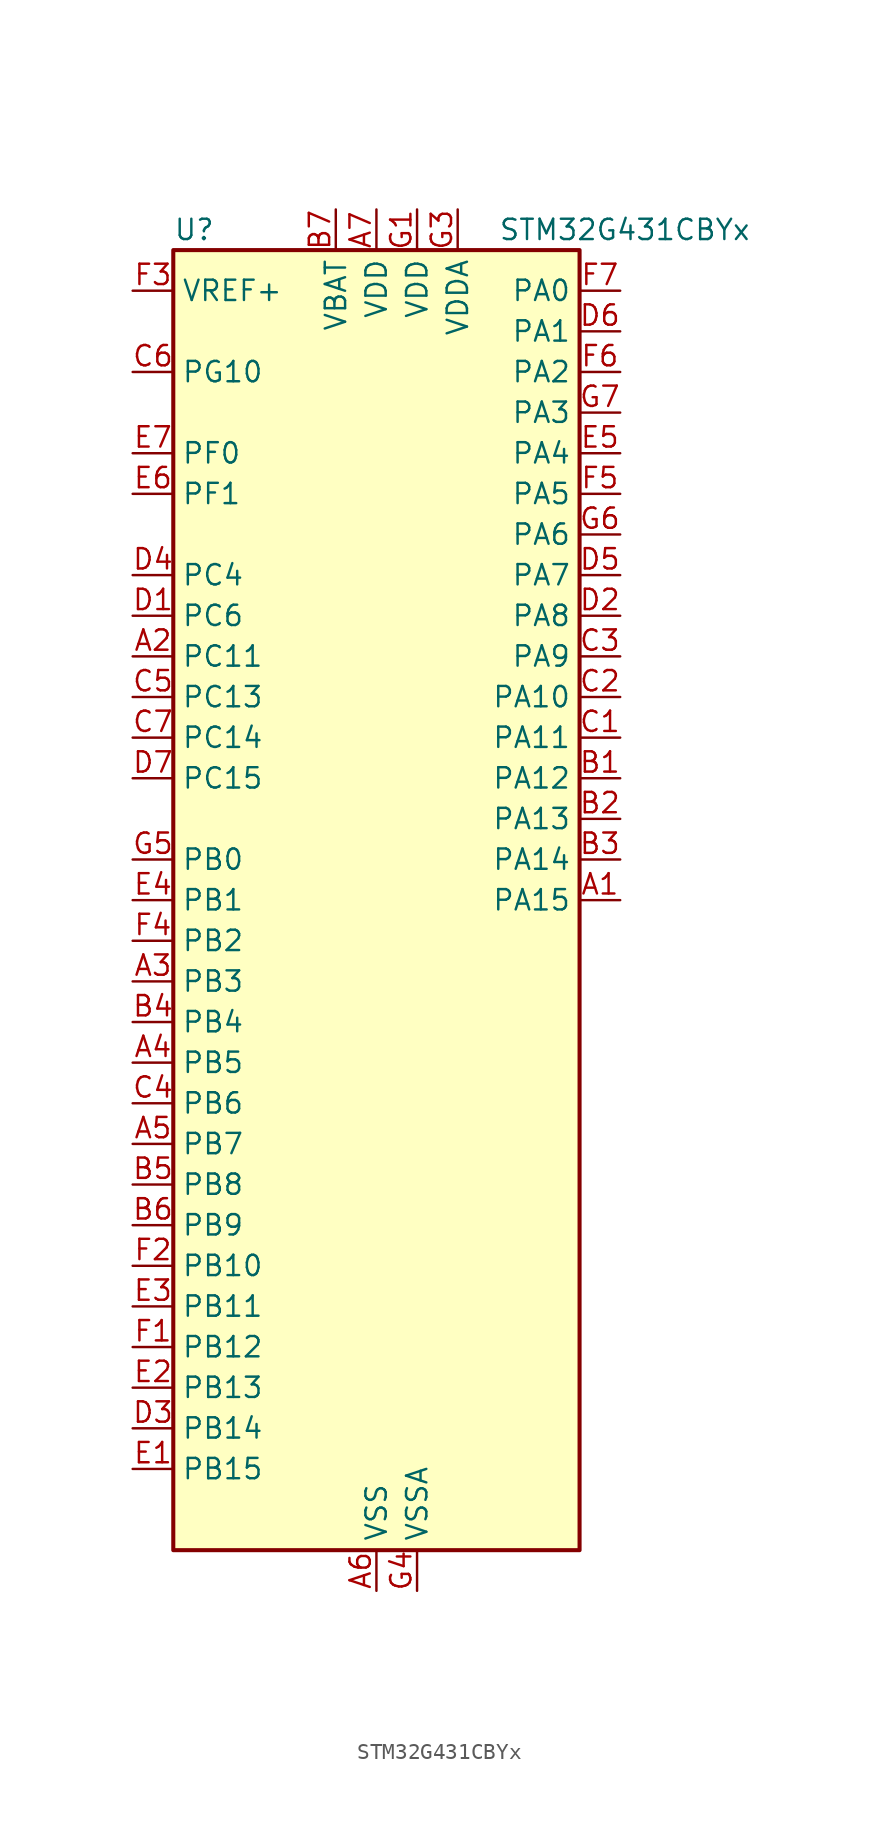
<source format=kicad_sym>
(kicad_symbol_lib
  (version 20231120)
  (generator "kicad_symbol_editor")
  (generator_version "8.0")
  (symbol "STM32G431CBYx"
    (property "Reference" "U"
      (at -12.7 41.91 0)
      (effects (font (size 1.27 1.27)) (justify left)))
    (property "Value" "STM32G431CBYx"
      (at 7.62 41.91 0)
      (effects (font (size 1.27 1.27)) (justify left)))
    (property "ki_locked" ""
      (at 0 0 0)
      (effects (font (size 1.27 1.27))))
    (symbol "STM32G431CBYx_0_1"
      (rectangle (start -12.7 -40.64) (end 12.7 40.64) (stroke (width 0.254) (type default)) (fill (type background))))
    (symbol "STM32G431CBYx_1_1"
      (pin bidirectional line (at 15.24 0 180) (length 2.54) (name "PA15" (effects (font (size 1.27 1.27)))) (number "A1" (effects (font (size 1.27 1.27)))) (alternate "ADC1_EXTI15" bidirectional line) (alternate "ADC2_EXTI15" bidirectional line) (alternate "I2C1_SCL" bidirectional line) (alternate "I2S3_WS" bidirectional line) (alternate "SPI1_NSS" bidirectional line) (alternate "SPI3_NSS" bidirectional line) (alternate "SYS_JTDI" bidirectional line) (alternate "TIM1_BKIN" bidirectional line) (alternate "TIM2_CH1" bidirectional line) (alternate "TIM2_ETR" bidirectional line) (alternate "TIM8_CH1" bidirectional line) (alternate "USART2_RX" bidirectional line))
      (pin bidirectional line (at -15.24 15.24 0) (length 2.54) (name "PC11" (effects (font (size 1.27 1.27)))) (number "A2" (effects (font (size 1.27 1.27)))) (alternate "ADC1_EXTI11" bidirectional line) (alternate "ADC2_EXTI11" bidirectional line) (alternate "I2C3_SDA" bidirectional line) (alternate "SPI3_MISO" bidirectional line) (alternate "TIM8_CH2N" bidirectional line) (alternate "USART3_RX" bidirectional line))
      (pin bidirectional line (at -15.24 -5.08 0) (length 2.54) (name "PB3" (effects (font (size 1.27 1.27)))) (number "A3" (effects (font (size 1.27 1.27)))) (alternate "CRS_SYNC" bidirectional line) (alternate "I2S3_CK" bidirectional line) (alternate "SAI1_SCK_B" bidirectional line) (alternate "SPI1_SCK" bidirectional line) (alternate "SPI3_SCK" bidirectional line) (alternate "SYS_JTDO-SWO" bidirectional line) (alternate "TIM2_CH2" bidirectional line) (alternate "TIM3_ETR" bidirectional line) (alternate "TIM4_ETR" bidirectional line) (alternate "TIM8_CH1N" bidirectional line) (alternate "USART2_TX" bidirectional line))
      (pin bidirectional line (at -15.24 -10.16 0) (length 2.54) (name "PB5" (effects (font (size 1.27 1.27)))) (number "A4" (effects (font (size 1.27 1.27)))) (alternate "I2C1_SMBA" bidirectional line) (alternate "I2C3_SDA" bidirectional line) (alternate "I2S3_SD" bidirectional line) (alternate "LPTIM1_IN1" bidirectional line) (alternate "SAI1_SD_B" bidirectional line) (alternate "SPI1_MOSI" bidirectional line) (alternate "SPI3_MOSI" bidirectional line) (alternate "TIM16_BKIN" bidirectional line) (alternate "TIM17_CH1" bidirectional line) (alternate "TIM3_CH2" bidirectional line) (alternate "TIM8_CH3N" bidirectional line) (alternate "USART2_CK" bidirectional line))
      (pin bidirectional line (at -15.24 -15.24 0) (length 2.54) (name "PB7" (effects (font (size 1.27 1.27)))) (number "A5" (effects (font (size 1.27 1.27)))) (alternate "COMP3_OUT" bidirectional line) (alternate "I2C1_SDA" bidirectional line) (alternate "LPTIM1_IN2" bidirectional line) (alternate "SYS_PVD_IN" bidirectional line) (alternate "TIM17_CH1N" bidirectional line) (alternate "TIM3_CH4" bidirectional line) (alternate "TIM4_CH2" bidirectional line) (alternate "TIM8_BKIN" bidirectional line) (alternate "USART1_RX" bidirectional line))
      (pin power_in line (at 0 -43.18 90) (length 2.54) (name "VSS" (effects (font (size 1.27 1.27)))) (number "A6" (effects (font (size 1.27 1.27)))))
      (pin power_in line (at 0 43.18 270) (length 2.54) (name "VDD" (effects (font (size 1.27 1.27)))) (number "A7" (effects (font (size 1.27 1.27)))))
      (pin bidirectional line (at 15.24 7.62 180) (length 2.54) (name "PA12" (effects (font (size 1.27 1.27)))) (number "B1" (effects (font (size 1.27 1.27)))) (alternate "COMP2_OUT" bidirectional line) (alternate "FDCAN1_TX" bidirectional line) (alternate "I2S_CKIN" bidirectional line) (alternate "TIM16_CH1" bidirectional line) (alternate "TIM1_CH2N" bidirectional line) (alternate "TIM1_ETR" bidirectional line) (alternate "TIM4_CH2" bidirectional line) (alternate "USART1_DE" bidirectional line) (alternate "USART1_RTS" bidirectional line) (alternate "USB_DP" bidirectional line))
      (pin bidirectional line (at 15.24 5.08 180) (length 2.54) (name "PA13" (effects (font (size 1.27 1.27)))) (number "B2" (effects (font (size 1.27 1.27)))) (alternate "I2C1_SCL" bidirectional line) (alternate "IR_OUT" bidirectional line) (alternate "SAI1_SD_B" bidirectional line) (alternate "SYS_JTMS-SWDIO" bidirectional line) (alternate "TIM16_CH1N" bidirectional line) (alternate "TIM4_CH3" bidirectional line) (alternate "USART3_CTS" bidirectional line) (alternate "USART3_NSS" bidirectional line))
      (pin bidirectional line (at 15.24 2.54 180) (length 2.54) (name "PA14" (effects (font (size 1.27 1.27)))) (number "B3" (effects (font (size 1.27 1.27)))) (alternate "I2C1_SDA" bidirectional line) (alternate "LPTIM1_OUT" bidirectional line) (alternate "SAI1_FS_B" bidirectional line) (alternate "SYS_JTCK-SWCLK" bidirectional line) (alternate "TIM1_BKIN" bidirectional line) (alternate "TIM8_CH2" bidirectional line) (alternate "USART2_TX" bidirectional line))
      (pin bidirectional line (at -15.24 -7.62 0) (length 2.54) (name "PB4" (effects (font (size 1.27 1.27)))) (number "B4" (effects (font (size 1.27 1.27)))) (alternate "SAI1_MCLK_B" bidirectional line) (alternate "SPI1_MISO" bidirectional line) (alternate "SPI3_MISO" bidirectional line) (alternate "SYS_JTRST" bidirectional line) (alternate "TIM16_CH1" bidirectional line) (alternate "TIM17_BKIN" bidirectional line) (alternate "TIM3_CH1" bidirectional line) (alternate "TIM8_CH2N" bidirectional line) (alternate "UCPD1_CC2" bidirectional line) (alternate "USART2_RX" bidirectional line))
      (pin bidirectional line (at -15.24 -17.78 0) (length 2.54) (name "PB8" (effects (font (size 1.27 1.27)))) (number "B5" (effects (font (size 1.27 1.27)))) (alternate "COMP1_OUT" bidirectional line) (alternate "FDCAN1_RX" bidirectional line) (alternate "I2C1_SCL" bidirectional line) (alternate "SAI1_CK1" bidirectional line) (alternate "SAI1_MCLK_A" bidirectional line) (alternate "TIM16_CH1" bidirectional line) (alternate "TIM1_BKIN" bidirectional line) (alternate "TIM4_CH3" bidirectional line) (alternate "TIM8_CH2" bidirectional line) (alternate "USART3_RX" bidirectional line))
      (pin bidirectional line (at -15.24 -20.32 0) (length 2.54) (name "PB9" (effects (font (size 1.27 1.27)))) (number "B6" (effects (font (size 1.27 1.27)))) (alternate "COMP2_OUT" bidirectional line) (alternate "DAC1_EXTI9" bidirectional line) (alternate "DAC3_EXTI9" bidirectional line) (alternate "FDCAN1_TX" bidirectional line) (alternate "I2C1_SDA" bidirectional line) (alternate "IR_OUT" bidirectional line) (alternate "SAI1_D2" bidirectional line) (alternate "SAI1_FS_A" bidirectional line) (alternate "TIM17_CH1" bidirectional line) (alternate "TIM1_CH3N" bidirectional line) (alternate "TIM4_CH4" bidirectional line) (alternate "TIM8_CH3" bidirectional line) (alternate "USART3_TX" bidirectional line))
      (pin power_in line (at -2.54 43.18 270) (length 2.54) (name "VBAT" (effects (font (size 1.27 1.27)))) (number "B7" (effects (font (size 1.27 1.27)))))
      (pin bidirectional line (at 15.24 10.16 180) (length 2.54) (name "PA11" (effects (font (size 1.27 1.27)))) (number "C1" (effects (font (size 1.27 1.27)))) (alternate "ADC1_EXTI11" bidirectional line) (alternate "ADC2_EXTI11" bidirectional line) (alternate "COMP1_OUT" bidirectional line) (alternate "FDCAN1_RX" bidirectional line) (alternate "I2S2_SD" bidirectional line) (alternate "SPI2_MOSI" bidirectional line) (alternate "TIM1_BKIN2" bidirectional line) (alternate "TIM1_CH1N" bidirectional line) (alternate "TIM1_CH4" bidirectional line) (alternate "TIM4_CH1" bidirectional line) (alternate "USART1_CTS" bidirectional line) (alternate "USART1_NSS" bidirectional line) (alternate "USB_DM" bidirectional line))
      (pin bidirectional line (at 15.24 12.7 180) (length 2.54) (name "PA10" (effects (font (size 1.27 1.27)))) (number "C2" (effects (font (size 1.27 1.27)))) (alternate "CRS_SYNC" bidirectional line) (alternate "DAC1_EXTI10" bidirectional line) (alternate "DAC3_EXTI10" bidirectional line) (alternate "I2C2_SMBA" bidirectional line) (alternate "SAI1_D1" bidirectional line) (alternate "SAI1_SD_A" bidirectional line) (alternate "SPI2_MISO" bidirectional line) (alternate "TIM17_BKIN" bidirectional line) (alternate "TIM1_CH3" bidirectional line) (alternate "TIM2_CH4" bidirectional line) (alternate "TIM8_BKIN" bidirectional line) (alternate "UCPD1_DBCC2" bidirectional line) (alternate "USART1_RX" bidirectional line))
      (pin bidirectional line (at 15.24 15.24 180) (length 2.54) (name "PA9" (effects (font (size 1.27 1.27)))) (number "C3" (effects (font (size 1.27 1.27)))) (alternate "DAC1_EXTI9" bidirectional line) (alternate "DAC3_EXTI9" bidirectional line) (alternate "I2C2_SCL" bidirectional line) (alternate "I2C3_SMBA" bidirectional line) (alternate "I2S3_MCK" bidirectional line) (alternate "SAI1_FS_A" bidirectional line) (alternate "TIM15_BKIN" bidirectional line) (alternate "TIM1_CH2" bidirectional line) (alternate "TIM2_CH3" bidirectional line) (alternate "UCPD1_DBCC1" bidirectional line) (alternate "USART1_TX" bidirectional line))
      (pin bidirectional line (at -15.24 -12.7 0) (length 2.54) (name "PB6" (effects (font (size 1.27 1.27)))) (number "C4" (effects (font (size 1.27 1.27)))) (alternate "COMP4_OUT" bidirectional line) (alternate "LPTIM1_ETR" bidirectional line) (alternate "SAI1_FS_B" bidirectional line) (alternate "TIM16_CH1N" bidirectional line) (alternate "TIM4_CH1" bidirectional line) (alternate "TIM8_BKIN2" bidirectional line) (alternate "TIM8_CH1" bidirectional line) (alternate "TIM8_ETR" bidirectional line) (alternate "UCPD1_CC1" bidirectional line) (alternate "USART1_TX" bidirectional line))
      (pin bidirectional line (at -15.24 12.7 0) (length 2.54) (name "PC13" (effects (font (size 1.27 1.27)))) (number "C5" (effects (font (size 1.27 1.27)))) (alternate "RTC_OUT1" bidirectional line) (alternate "RTC_TAMP1" bidirectional line) (alternate "RTC_TS" bidirectional line) (alternate "SYS_WKUP2" bidirectional line) (alternate "TIM1_BKIN" bidirectional line) (alternate "TIM1_CH1N" bidirectional line) (alternate "TIM8_CH4N" bidirectional line))
      (pin bidirectional line (at -15.24 33.02 0) (length 2.54) (name "PG10" (effects (font (size 1.27 1.27)))) (number "C6" (effects (font (size 1.27 1.27)))) (alternate "DAC1_EXTI10" bidirectional line) (alternate "DAC3_EXTI10" bidirectional line) (alternate "RCC_MCO" bidirectional line))
      (pin bidirectional line (at -15.24 10.16 0) (length 2.54) (name "PC14" (effects (font (size 1.27 1.27)))) (number "C7" (effects (font (size 1.27 1.27)))) (alternate "RCC_OSC32_IN" bidirectional line))
      (pin bidirectional line (at -15.24 17.78 0) (length 2.54) (name "PC6" (effects (font (size 1.27 1.27)))) (number "D1" (effects (font (size 1.27 1.27)))) (alternate "I2S2_MCK" bidirectional line) (alternate "TIM3_CH1" bidirectional line) (alternate "TIM8_CH1" bidirectional line))
      (pin bidirectional line (at 15.24 17.78 180) (length 2.54) (name "PA8" (effects (font (size 1.27 1.27)))) (number "D2" (effects (font (size 1.27 1.27)))) (alternate "I2C2_SDA" bidirectional line) (alternate "I2C3_SCL" bidirectional line) (alternate "I2S2_MCK" bidirectional line) (alternate "RCC_MCO" bidirectional line) (alternate "SAI1_CK2" bidirectional line) (alternate "SAI1_SCK_A" bidirectional line) (alternate "TIM1_CH1" bidirectional line) (alternate "TIM4_ETR" bidirectional line) (alternate "USART1_CK" bidirectional line))
      (pin bidirectional line (at -15.24 -33.02 0) (length 2.54) (name "PB14" (effects (font (size 1.27 1.27)))) (number "D3" (effects (font (size 1.27 1.27)))) (alternate "ADC1_IN5" bidirectional line) (alternate "COMP4_OUT" bidirectional line) (alternate "OPAMP2_VINP" bidirectional line) (alternate "OPAMP2_VINP_SEC" bidirectional line) (alternate "SPI2_MISO" bidirectional line) (alternate "TIM15_CH1" bidirectional line) (alternate "TIM1_CH2N" bidirectional line) (alternate "USART3_DE" bidirectional line) (alternate "USART3_RTS" bidirectional line))
      (pin bidirectional line (at -15.24 20.32 0) (length 2.54) (name "PC4" (effects (font (size 1.27 1.27)))) (number "D4" (effects (font (size 1.27 1.27)))) (alternate "ADC2_IN5" bidirectional line) (alternate "I2C2_SCL" bidirectional line) (alternate "TIM1_ETR" bidirectional line) (alternate "USART1_TX" bidirectional line))
      (pin bidirectional line (at 15.24 20.32 180) (length 2.54) (name "PA7" (effects (font (size 1.27 1.27)))) (number "D5" (effects (font (size 1.27 1.27)))) (alternate "ADC2_IN4" bidirectional line) (alternate "COMP2_INP" bidirectional line) (alternate "COMP2_OUT" bidirectional line) (alternate "OPAMP1_VINP" bidirectional line) (alternate "OPAMP1_VINP_SEC" bidirectional line) (alternate "OPAMP2_VINP" bidirectional line) (alternate "OPAMP2_VINP_SEC" bidirectional line) (alternate "SPI1_MOSI" bidirectional line) (alternate "TIM17_CH1" bidirectional line) (alternate "TIM1_CH1N" bidirectional line) (alternate "TIM3_CH2" bidirectional line) (alternate "TIM8_CH1N" bidirectional line) (alternate "UCPD1_FRSTX1" bidirectional line) (alternate "UCPD1_FRSTX2" bidirectional line))
      (pin bidirectional line (at 15.24 35.56 180) (length 2.54) (name "PA1" (effects (font (size 1.27 1.27)))) (number "D6" (effects (font (size 1.27 1.27)))) (alternate "ADC1_IN2" bidirectional line) (alternate "ADC2_IN2" bidirectional line) (alternate "COMP1_INP" bidirectional line) (alternate "OPAMP1_VINP" bidirectional line) (alternate "OPAMP1_VINP_SEC" bidirectional line) (alternate "OPAMP3_VINP" bidirectional line) (alternate "OPAMP3_VINP_SEC" bidirectional line) (alternate "RTC_REFIN" bidirectional line) (alternate "TIM15_CH1N" bidirectional line) (alternate "TIM2_CH2" bidirectional line) (alternate "USART2_DE" bidirectional line) (alternate "USART2_RTS" bidirectional line))
      (pin bidirectional line (at -15.24 7.62 0) (length 2.54) (name "PC15" (effects (font (size 1.27 1.27)))) (number "D7" (effects (font (size 1.27 1.27)))) (alternate "ADC1_EXTI15" bidirectional line) (alternate "ADC2_EXTI15" bidirectional line) (alternate "RCC_OSC32_OUT" bidirectional line))
      (pin bidirectional line (at -15.24 -35.56 0) (length 2.54) (name "PB15" (effects (font (size 1.27 1.27)))) (number "E1" (effects (font (size 1.27 1.27)))) (alternate "ADC1_EXTI15" bidirectional line) (alternate "ADC2_EXTI15" bidirectional line) (alternate "ADC2_IN15" bidirectional line) (alternate "COMP3_OUT" bidirectional line) (alternate "I2S2_SD" bidirectional line) (alternate "RTC_REFIN" bidirectional line) (alternate "SPI2_MOSI" bidirectional line) (alternate "TIM15_CH1N" bidirectional line) (alternate "TIM15_CH2" bidirectional line) (alternate "TIM1_CH3N" bidirectional line))
      (pin bidirectional line (at -15.24 -30.48 0) (length 2.54) (name "PB13" (effects (font (size 1.27 1.27)))) (number "E2" (effects (font (size 1.27 1.27)))) (alternate "I2S2_CK" bidirectional line) (alternate "LPUART1_CTS" bidirectional line) (alternate "OPAMP3_VINP" bidirectional line) (alternate "OPAMP3_VINP_SEC" bidirectional line) (alternate "SPI2_SCK" bidirectional line) (alternate "TIM1_CH1N" bidirectional line) (alternate "USART3_CTS" bidirectional line) (alternate "USART3_NSS" bidirectional line))
      (pin bidirectional line (at -15.24 -25.4 0) (length 2.54) (name "PB11" (effects (font (size 1.27 1.27)))) (number "E3" (effects (font (size 1.27 1.27)))) (alternate "ADC1_EXTI11" bidirectional line) (alternate "ADC1_IN14" bidirectional line) (alternate "ADC2_EXTI11" bidirectional line) (alternate "ADC2_IN14" bidirectional line) (alternate "LPUART1_TX" bidirectional line) (alternate "TIM2_CH4" bidirectional line) (alternate "USART3_RX" bidirectional line))
      (pin bidirectional line (at -15.24 0 0) (length 2.54) (name "PB1" (effects (font (size 1.27 1.27)))) (number "E4" (effects (font (size 1.27 1.27)))) (alternate "ADC1_IN12" bidirectional line) (alternate "COMP1_INP" bidirectional line) (alternate "COMP4_OUT" bidirectional line) (alternate "LPUART1_DE" bidirectional line) (alternate "LPUART1_RTS" bidirectional line) (alternate "OPAMP3_VOUT" bidirectional line) (alternate "TIM1_CH3N" bidirectional line) (alternate "TIM3_CH4" bidirectional line) (alternate "TIM8_CH3N" bidirectional line))
      (pin bidirectional line (at 15.24 27.94 180) (length 2.54) (name "PA4" (effects (font (size 1.27 1.27)))) (number "E5" (effects (font (size 1.27 1.27)))) (alternate "ADC2_IN17" bidirectional line) (alternate "COMP1_INM" bidirectional line) (alternate "DAC1_OUT1" bidirectional line) (alternate "I2S3_WS" bidirectional line) (alternate "SAI1_FS_B" bidirectional line) (alternate "SPI1_NSS" bidirectional line) (alternate "SPI3_NSS" bidirectional line) (alternate "TIM3_CH2" bidirectional line) (alternate "USART2_CK" bidirectional line))
      (pin bidirectional line (at -15.24 25.4 0) (length 2.54) (name "PF1" (effects (font (size 1.27 1.27)))) (number "E6" (effects (font (size 1.27 1.27)))) (alternate "ADC2_IN10" bidirectional line) (alternate "COMP3_INM" bidirectional line) (alternate "I2S2_CK" bidirectional line) (alternate "RCC_OSC_OUT" bidirectional line) (alternate "SPI2_SCK" bidirectional line))
      (pin bidirectional line (at -15.24 27.94 0) (length 2.54) (name "PF0" (effects (font (size 1.27 1.27)))) (number "E7" (effects (font (size 1.27 1.27)))) (alternate "ADC1_IN10" bidirectional line) (alternate "I2C2_SDA" bidirectional line) (alternate "I2S2_WS" bidirectional line) (alternate "RCC_OSC_IN" bidirectional line) (alternate "SPI2_NSS" bidirectional line) (alternate "TIM1_CH3N" bidirectional line))
      (pin bidirectional line (at -15.24 -27.94 0) (length 2.54) (name "PB12" (effects (font (size 1.27 1.27)))) (number "F1" (effects (font (size 1.27 1.27)))) (alternate "ADC1_IN11" bidirectional line) (alternate "I2C2_SMBA" bidirectional line) (alternate "I2S2_WS" bidirectional line) (alternate "LPUART1_DE" bidirectional line) (alternate "LPUART1_RTS" bidirectional line) (alternate "SPI2_NSS" bidirectional line) (alternate "TIM1_BKIN" bidirectional line) (alternate "USART3_CK" bidirectional line))
      (pin bidirectional line (at -15.24 -22.86 0) (length 2.54) (name "PB10" (effects (font (size 1.27 1.27)))) (number "F2" (effects (font (size 1.27 1.27)))) (alternate "DAC1_EXTI10" bidirectional line) (alternate "DAC3_EXTI10" bidirectional line) (alternate "LPUART1_RX" bidirectional line) (alternate "OPAMP3_VINM" bidirectional line) (alternate "OPAMP3_VINM1" bidirectional line) (alternate "OPAMP3_VINM_SEC" bidirectional line) (alternate "SAI1_SCK_A" bidirectional line) (alternate "TIM1_BKIN" bidirectional line) (alternate "TIM2_CH3" bidirectional line) (alternate "USART3_TX" bidirectional line))
      (pin input line (at -15.24 38.1 0) (length 2.54) (name "VREF+" (effects (font (size 1.27 1.27)))) (number "F3" (effects (font (size 1.27 1.27)))) (alternate "VREFBUF_OUT" bidirectional line))
      (pin bidirectional line (at -15.24 -2.54 0) (length 2.54) (name "PB2" (effects (font (size 1.27 1.27)))) (number "F4" (effects (font (size 1.27 1.27)))) (alternate "ADC2_IN12" bidirectional line) (alternate "COMP4_INM" bidirectional line) (alternate "I2C3_SMBA" bidirectional line) (alternate "LPTIM1_OUT" bidirectional line) (alternate "OPAMP3_VINM" bidirectional line) (alternate "OPAMP3_VINM0" bidirectional line) (alternate "OPAMP3_VINM_SEC" bidirectional line) (alternate "RTC_OUT2" bidirectional line))
      (pin bidirectional line (at 15.24 25.4 180) (length 2.54) (name "PA5" (effects (font (size 1.27 1.27)))) (number "F5" (effects (font (size 1.27 1.27)))) (alternate "ADC2_IN13" bidirectional line) (alternate "COMP2_INM" bidirectional line) (alternate "DAC1_OUT2" bidirectional line) (alternate "OPAMP2_VINM" bidirectional line) (alternate "OPAMP2_VINM0" bidirectional line) (alternate "OPAMP2_VINM_SEC" bidirectional line) (alternate "SPI1_SCK" bidirectional line) (alternate "TIM2_CH1" bidirectional line) (alternate "TIM2_ETR" bidirectional line) (alternate "UCPD1_FRSTX1" bidirectional line) (alternate "UCPD1_FRSTX2" bidirectional line))
      (pin bidirectional line (at 15.24 33.02 180) (length 2.54) (name "PA2" (effects (font (size 1.27 1.27)))) (number "F6" (effects (font (size 1.27 1.27)))) (alternate "ADC1_IN3" bidirectional line) (alternate "COMP2_INM" bidirectional line) (alternate "COMP2_OUT" bidirectional line) (alternate "LPUART1_TX" bidirectional line) (alternate "OPAMP1_VOUT" bidirectional line) (alternate "RCC_LSCO" bidirectional line) (alternate "SYS_WKUP4" bidirectional line) (alternate "TIM15_CH1" bidirectional line) (alternate "TIM2_CH3" bidirectional line) (alternate "UCPD1_FRSTX1" bidirectional line) (alternate "UCPD1_FRSTX2" bidirectional line) (alternate "USART2_TX" bidirectional line))
      (pin bidirectional line (at 15.24 38.1 180) (length 2.54) (name "PA0" (effects (font (size 1.27 1.27)))) (number "F7" (effects (font (size 1.27 1.27)))) (alternate "ADC1_IN1" bidirectional line) (alternate "ADC2_IN1" bidirectional line) (alternate "COMP1_INM" bidirectional line) (alternate "COMP1_OUT" bidirectional line) (alternate "COMP3_INP" bidirectional line) (alternate "RTC_TAMP2" bidirectional line) (alternate "SYS_WKUP1" bidirectional line) (alternate "TIM2_CH1" bidirectional line) (alternate "TIM2_ETR" bidirectional line) (alternate "TIM8_BKIN" bidirectional line) (alternate "TIM8_ETR" bidirectional line) (alternate "USART2_CTS" bidirectional line) (alternate "USART2_NSS" bidirectional line))
      (pin power_in line (at 2.54 43.18 270) (length 2.54) (name "VDD" (effects (font (size 1.27 1.27)))) (number "G1" (effects (font (size 1.27 1.27)))))
      (pin passive line (at 0 -43.18 90) (length 2.54) hide (name "VSS" (effects (font (size 1.27 1.27)))) (number "G2" (effects (font (size 1.27 1.27)))))
      (pin power_in line (at 5.08 43.18 270) (length 2.54) (name "VDDA" (effects (font (size 1.27 1.27)))) (number "G3" (effects (font (size 1.27 1.27)))))
      (pin power_in line (at 2.54 -43.18 90) (length 2.54) (name "VSSA" (effects (font (size 1.27 1.27)))) (number "G4" (effects (font (size 1.27 1.27)))))
      (pin bidirectional line (at -15.24 2.54 0) (length 2.54) (name "PB0" (effects (font (size 1.27 1.27)))) (number "G5" (effects (font (size 1.27 1.27)))) (alternate "ADC1_IN15" bidirectional line) (alternate "COMP4_INP" bidirectional line) (alternate "OPAMP2_VINP" bidirectional line) (alternate "OPAMP2_VINP_SEC" bidirectional line) (alternate "OPAMP3_VINP" bidirectional line) (alternate "OPAMP3_VINP_SEC" bidirectional line) (alternate "TIM1_CH2N" bidirectional line) (alternate "TIM3_CH3" bidirectional line) (alternate "TIM8_CH2N" bidirectional line) (alternate "UCPD1_FRSTX1" bidirectional line) (alternate "UCPD1_FRSTX2" bidirectional line))
      (pin bidirectional line (at 15.24 22.86 180) (length 2.54) (name "PA6" (effects (font (size 1.27 1.27)))) (number "G6" (effects (font (size 1.27 1.27)))) (alternate "ADC2_IN3" bidirectional line) (alternate "COMP1_OUT" bidirectional line) (alternate "LPUART1_CTS" bidirectional line) (alternate "OPAMP2_VOUT" bidirectional line) (alternate "SPI1_MISO" bidirectional line) (alternate "TIM16_CH1" bidirectional line) (alternate "TIM1_BKIN" bidirectional line) (alternate "TIM3_CH1" bidirectional line) (alternate "TIM8_BKIN" bidirectional line))
      (pin bidirectional line (at 15.24 30.48 180) (length 2.54) (name "PA3" (effects (font (size 1.27 1.27)))) (number "G7" (effects (font (size 1.27 1.27)))) (alternate "ADC1_IN4" bidirectional line) (alternate "COMP2_INP" bidirectional line) (alternate "LPUART1_RX" bidirectional line) (alternate "OPAMP1_VINM" bidirectional line) (alternate "OPAMP1_VINM0" bidirectional line) (alternate "OPAMP1_VINM_SEC" bidirectional line) (alternate "OPAMP1_VINP" bidirectional line) (alternate "OPAMP1_VINP_SEC" bidirectional line) (alternate "SAI1_CK1" bidirectional line) (alternate "SAI1_MCLK_A" bidirectional line) (alternate "TIM15_CH2" bidirectional line) (alternate "TIM2_CH4" bidirectional line) (alternate "USART2_RX" bidirectional line)))))
</source>
